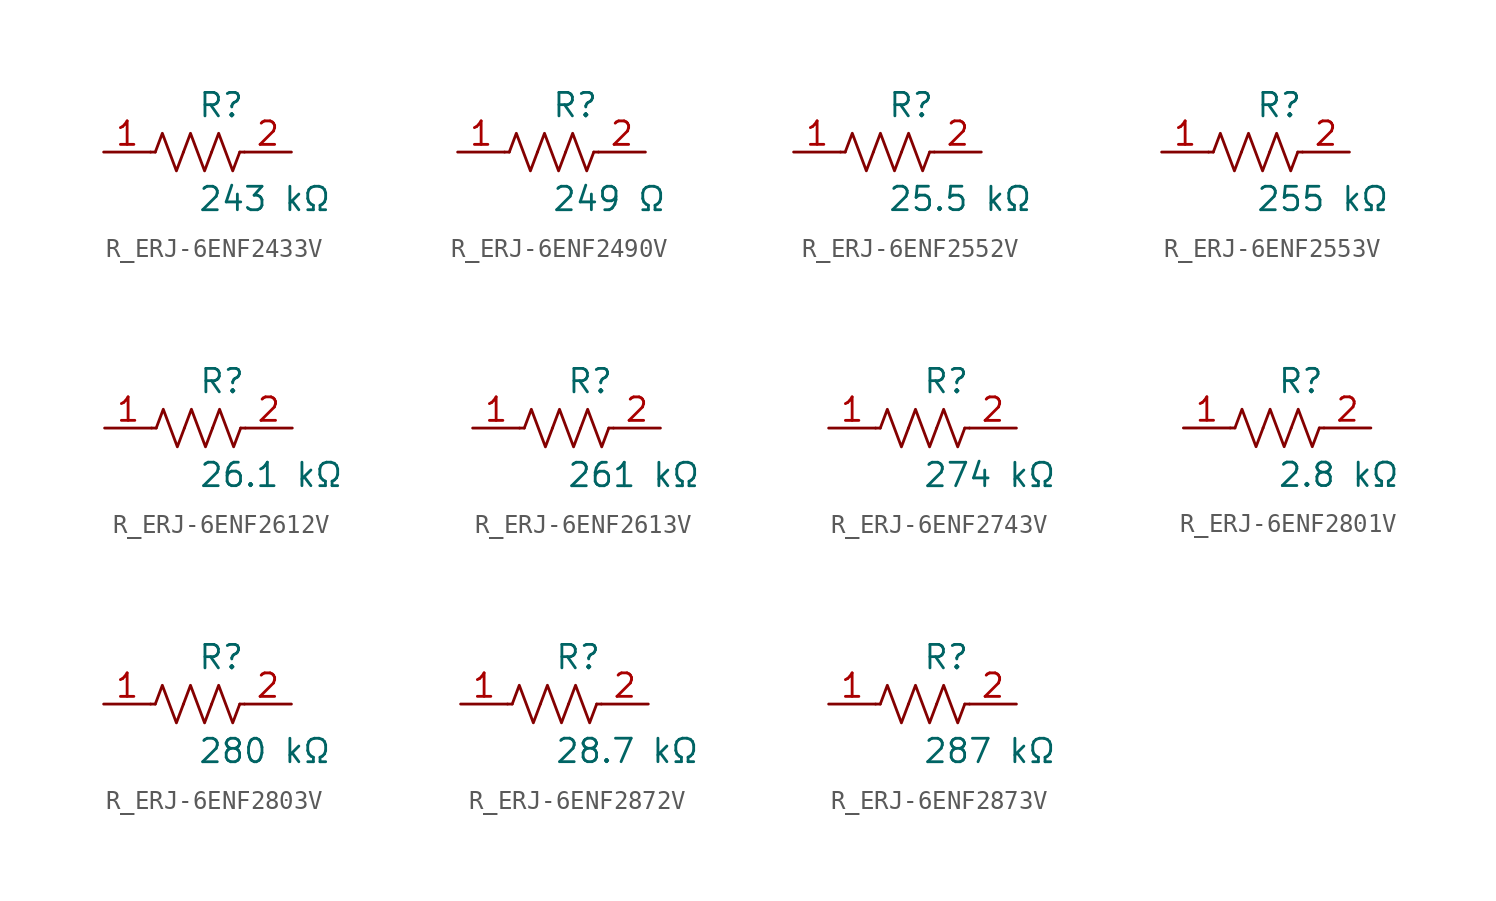
<source format=kicad_sym>
(kicad_symbol_lib
  (version 20231120)
  (generator kicad_symbol_editor)
  (generator_version 8.0)
  (symbol "R_ERJ-6ENF2433V"
    (pin_names
      (offset 0.254))
    (property "Reference" "R"
      (at 0.0 2.54 0)
      (effects (font (size 1.27 1.27)) (justify left)))
    (property "Value" "243 kΩ"
      (at 0.0 -2.54 0)
      (effects (font (size 1.27 1.27)) (justify left)))
    (symbol "R_ERJ-6ENF2433V_0_1"
      (polyline (pts (xy 2.286 0) (xy 2.54 0)) (stroke (width 0) (type default)) (fill (type none)))
      (polyline (pts (xy -2.286 0) (xy -2.54 0)) (stroke (width 0) (type default)) (fill (type none)))
      (polyline (pts (xy 0.762 0) (xy 1.143 1.016) (xy 1.524 0) (xy 1.905 -1.016) (xy 2.286 0)) (stroke (width 0) (type default)) (fill (type none)))
      (polyline (pts (xy -0.762 0) (xy -0.381 1.016) (xy 0 0) (xy 0.381 -1.016) (xy 0.762 0)) (stroke (width 0) (type default)) (fill (type none)))
      (polyline (pts (xy -2.286 0) (xy -1.905 1.016) (xy -1.524 0) (xy -1.143 -1.016) (xy -0.762 0)) (stroke (width 0) (type default)) (fill (type none))))
    (pin unspecified line
      (at -5.08 0 0)
      (length 2.54)
      (name "" (effects (font (size 1.27 1.27))))
      (number "1" (effects (font (size 1.27 1.27)))))
    (pin unspecified line
      (at 5.08 0 180)
      (length 2.54)
      (name "" (effects (font (size 1.27 1.27))))
      (number "2" (effects (font (size 1.27 1.27))))))
  (symbol "R_ERJ-6ENF2490V"
    (pin_names
      (offset 0.254))
    (property "Reference" "R"
      (at 0.0 2.54 0)
      (effects (font (size 1.27 1.27)) (justify left)))
    (property "Value" "249 Ω"
      (at 0.0 -2.54 0)
      (effects (font (size 1.27 1.27)) (justify left)))
    (symbol "R_ERJ-6ENF2490V_0_1"
      (polyline (pts (xy 2.286 0) (xy 2.54 0)) (stroke (width 0) (type default)) (fill (type none)))
      (polyline (pts (xy -2.286 0) (xy -2.54 0)) (stroke (width 0) (type default)) (fill (type none)))
      (polyline (pts (xy 0.762 0) (xy 1.143 1.016) (xy 1.524 0) (xy 1.905 -1.016) (xy 2.286 0)) (stroke (width 0) (type default)) (fill (type none)))
      (polyline (pts (xy -0.762 0) (xy -0.381 1.016) (xy 0 0) (xy 0.381 -1.016) (xy 0.762 0)) (stroke (width 0) (type default)) (fill (type none)))
      (polyline (pts (xy -2.286 0) (xy -1.905 1.016) (xy -1.524 0) (xy -1.143 -1.016) (xy -0.762 0)) (stroke (width 0) (type default)) (fill (type none))))
    (pin unspecified line
      (at -5.08 0 0)
      (length 2.54)
      (name "" (effects (font (size 1.27 1.27))))
      (number "1" (effects (font (size 1.27 1.27)))))
    (pin unspecified line
      (at 5.08 0 180)
      (length 2.54)
      (name "" (effects (font (size 1.27 1.27))))
      (number "2" (effects (font (size 1.27 1.27))))))
  (symbol "R_ERJ-6ENF2552V"
    (pin_names
      (offset 0.254))
    (property "Reference" "R"
      (at 0.0 2.54 0)
      (effects (font (size 1.27 1.27)) (justify left)))
    (property "Value" "25.5 kΩ"
      (at 0.0 -2.54 0)
      (effects (font (size 1.27 1.27)) (justify left)))
    (symbol "R_ERJ-6ENF2552V_0_1"
      (polyline (pts (xy 2.286 0) (xy 2.54 0)) (stroke (width 0) (type default)) (fill (type none)))
      (polyline (pts (xy -2.286 0) (xy -2.54 0)) (stroke (width 0) (type default)) (fill (type none)))
      (polyline (pts (xy 0.762 0) (xy 1.143 1.016) (xy 1.524 0) (xy 1.905 -1.016) (xy 2.286 0)) (stroke (width 0) (type default)) (fill (type none)))
      (polyline (pts (xy -0.762 0) (xy -0.381 1.016) (xy 0 0) (xy 0.381 -1.016) (xy 0.762 0)) (stroke (width 0) (type default)) (fill (type none)))
      (polyline (pts (xy -2.286 0) (xy -1.905 1.016) (xy -1.524 0) (xy -1.143 -1.016) (xy -0.762 0)) (stroke (width 0) (type default)) (fill (type none))))
    (pin unspecified line
      (at -5.08 0 0)
      (length 2.54)
      (name "" (effects (font (size 1.27 1.27))))
      (number "1" (effects (font (size 1.27 1.27)))))
    (pin unspecified line
      (at 5.08 0 180)
      (length 2.54)
      (name "" (effects (font (size 1.27 1.27))))
      (number "2" (effects (font (size 1.27 1.27))))))
  (symbol "R_ERJ-6ENF2553V"
    (pin_names
      (offset 0.254))
    (property "Reference" "R"
      (at 0.0 2.54 0)
      (effects (font (size 1.27 1.27)) (justify left)))
    (property "Value" "255 kΩ"
      (at 0.0 -2.54 0)
      (effects (font (size 1.27 1.27)) (justify left)))
    (symbol "R_ERJ-6ENF2553V_0_1"
      (polyline (pts (xy 2.286 0) (xy 2.54 0)) (stroke (width 0) (type default)) (fill (type none)))
      (polyline (pts (xy -2.286 0) (xy -2.54 0)) (stroke (width 0) (type default)) (fill (type none)))
      (polyline (pts (xy 0.762 0) (xy 1.143 1.016) (xy 1.524 0) (xy 1.905 -1.016) (xy 2.286 0)) (stroke (width 0) (type default)) (fill (type none)))
      (polyline (pts (xy -0.762 0) (xy -0.381 1.016) (xy 0 0) (xy 0.381 -1.016) (xy 0.762 0)) (stroke (width 0) (type default)) (fill (type none)))
      (polyline (pts (xy -2.286 0) (xy -1.905 1.016) (xy -1.524 0) (xy -1.143 -1.016) (xy -0.762 0)) (stroke (width 0) (type default)) (fill (type none))))
    (pin unspecified line
      (at -5.08 0 0)
      (length 2.54)
      (name "" (effects (font (size 1.27 1.27))))
      (number "1" (effects (font (size 1.27 1.27)))))
    (pin unspecified line
      (at 5.08 0 180)
      (length 2.54)
      (name "" (effects (font (size 1.27 1.27))))
      (number "2" (effects (font (size 1.27 1.27))))))
  (symbol "R_ERJ-6ENF2612V"
    (pin_names
      (offset 0.254))
    (property "Reference" "R"
      (at 0.0 2.54 0)
      (effects (font (size 1.27 1.27)) (justify left)))
    (property "Value" "26.1 kΩ"
      (at 0.0 -2.54 0)
      (effects (font (size 1.27 1.27)) (justify left)))
    (symbol "R_ERJ-6ENF2612V_0_1"
      (polyline (pts (xy 2.286 0) (xy 2.54 0)) (stroke (width 0) (type default)) (fill (type none)))
      (polyline (pts (xy -2.286 0) (xy -2.54 0)) (stroke (width 0) (type default)) (fill (type none)))
      (polyline (pts (xy 0.762 0) (xy 1.143 1.016) (xy 1.524 0) (xy 1.905 -1.016) (xy 2.286 0)) (stroke (width 0) (type default)) (fill (type none)))
      (polyline (pts (xy -0.762 0) (xy -0.381 1.016) (xy 0 0) (xy 0.381 -1.016) (xy 0.762 0)) (stroke (width 0) (type default)) (fill (type none)))
      (polyline (pts (xy -2.286 0) (xy -1.905 1.016) (xy -1.524 0) (xy -1.143 -1.016) (xy -0.762 0)) (stroke (width 0) (type default)) (fill (type none))))
    (pin unspecified line
      (at -5.08 0 0)
      (length 2.54)
      (name "" (effects (font (size 1.27 1.27))))
      (number "1" (effects (font (size 1.27 1.27)))))
    (pin unspecified line
      (at 5.08 0 180)
      (length 2.54)
      (name "" (effects (font (size 1.27 1.27))))
      (number "2" (effects (font (size 1.27 1.27))))))
  (symbol "R_ERJ-6ENF2613V"
    (pin_names
      (offset 0.254))
    (property "Reference" "R"
      (at 0.0 2.54 0)
      (effects (font (size 1.27 1.27)) (justify left)))
    (property "Value" "261 kΩ"
      (at 0.0 -2.54 0)
      (effects (font (size 1.27 1.27)) (justify left)))
    (symbol "R_ERJ-6ENF2613V_0_1"
      (polyline (pts (xy 2.286 0) (xy 2.54 0)) (stroke (width 0) (type default)) (fill (type none)))
      (polyline (pts (xy -2.286 0) (xy -2.54 0)) (stroke (width 0) (type default)) (fill (type none)))
      (polyline (pts (xy 0.762 0) (xy 1.143 1.016) (xy 1.524 0) (xy 1.905 -1.016) (xy 2.286 0)) (stroke (width 0) (type default)) (fill (type none)))
      (polyline (pts (xy -0.762 0) (xy -0.381 1.016) (xy 0 0) (xy 0.381 -1.016) (xy 0.762 0)) (stroke (width 0) (type default)) (fill (type none)))
      (polyline (pts (xy -2.286 0) (xy -1.905 1.016) (xy -1.524 0) (xy -1.143 -1.016) (xy -0.762 0)) (stroke (width 0) (type default)) (fill (type none))))
    (pin unspecified line
      (at -5.08 0 0)
      (length 2.54)
      (name "" (effects (font (size 1.27 1.27))))
      (number "1" (effects (font (size 1.27 1.27)))))
    (pin unspecified line
      (at 5.08 0 180)
      (length 2.54)
      (name "" (effects (font (size 1.27 1.27))))
      (number "2" (effects (font (size 1.27 1.27))))))
  (symbol "R_ERJ-6ENF2743V"
    (pin_names
      (offset 0.254))
    (property "Reference" "R"
      (at 0.0 2.54 0)
      (effects (font (size 1.27 1.27)) (justify left)))
    (property "Value" "274 kΩ"
      (at 0.0 -2.54 0)
      (effects (font (size 1.27 1.27)) (justify left)))
    (symbol "R_ERJ-6ENF2743V_0_1"
      (polyline (pts (xy 2.286 0) (xy 2.54 0)) (stroke (width 0) (type default)) (fill (type none)))
      (polyline (pts (xy -2.286 0) (xy -2.54 0)) (stroke (width 0) (type default)) (fill (type none)))
      (polyline (pts (xy 0.762 0) (xy 1.143 1.016) (xy 1.524 0) (xy 1.905 -1.016) (xy 2.286 0)) (stroke (width 0) (type default)) (fill (type none)))
      (polyline (pts (xy -0.762 0) (xy -0.381 1.016) (xy 0 0) (xy 0.381 -1.016) (xy 0.762 0)) (stroke (width 0) (type default)) (fill (type none)))
      (polyline (pts (xy -2.286 0) (xy -1.905 1.016) (xy -1.524 0) (xy -1.143 -1.016) (xy -0.762 0)) (stroke (width 0) (type default)) (fill (type none))))
    (pin unspecified line
      (at -5.08 0 0)
      (length 2.54)
      (name "" (effects (font (size 1.27 1.27))))
      (number "1" (effects (font (size 1.27 1.27)))))
    (pin unspecified line
      (at 5.08 0 180)
      (length 2.54)
      (name "" (effects (font (size 1.27 1.27))))
      (number "2" (effects (font (size 1.27 1.27))))))
  (symbol "R_ERJ-6ENF2801V"
    (pin_names
      (offset 0.254))
    (property "Reference" "R"
      (at 0.0 2.54 0)
      (effects (font (size 1.27 1.27)) (justify left)))
    (property "Value" "2.8 kΩ"
      (at 0.0 -2.54 0)
      (effects (font (size 1.27 1.27)) (justify left)))
    (symbol "R_ERJ-6ENF2801V_0_1"
      (polyline (pts (xy 2.286 0) (xy 2.54 0)) (stroke (width 0) (type default)) (fill (type none)))
      (polyline (pts (xy -2.286 0) (xy -2.54 0)) (stroke (width 0) (type default)) (fill (type none)))
      (polyline (pts (xy 0.762 0) (xy 1.143 1.016) (xy 1.524 0) (xy 1.905 -1.016) (xy 2.286 0)) (stroke (width 0) (type default)) (fill (type none)))
      (polyline (pts (xy -0.762 0) (xy -0.381 1.016) (xy 0 0) (xy 0.381 -1.016) (xy 0.762 0)) (stroke (width 0) (type default)) (fill (type none)))
      (polyline (pts (xy -2.286 0) (xy -1.905 1.016) (xy -1.524 0) (xy -1.143 -1.016) (xy -0.762 0)) (stroke (width 0) (type default)) (fill (type none))))
    (pin unspecified line
      (at -5.08 0 0)
      (length 2.54)
      (name "" (effects (font (size 1.27 1.27))))
      (number "1" (effects (font (size 1.27 1.27)))))
    (pin unspecified line
      (at 5.08 0 180)
      (length 2.54)
      (name "" (effects (font (size 1.27 1.27))))
      (number "2" (effects (font (size 1.27 1.27))))))
  (symbol "R_ERJ-6ENF2803V"
    (pin_names
      (offset 0.254))
    (property "Reference" "R"
      (at 0.0 2.54 0)
      (effects (font (size 1.27 1.27)) (justify left)))
    (property "Value" "280 kΩ"
      (at 0.0 -2.54 0)
      (effects (font (size 1.27 1.27)) (justify left)))
    (symbol "R_ERJ-6ENF2803V_0_1"
      (polyline (pts (xy 2.286 0) (xy 2.54 0)) (stroke (width 0) (type default)) (fill (type none)))
      (polyline (pts (xy -2.286 0) (xy -2.54 0)) (stroke (width 0) (type default)) (fill (type none)))
      (polyline (pts (xy 0.762 0) (xy 1.143 1.016) (xy 1.524 0) (xy 1.905 -1.016) (xy 2.286 0)) (stroke (width 0) (type default)) (fill (type none)))
      (polyline (pts (xy -0.762 0) (xy -0.381 1.016) (xy 0 0) (xy 0.381 -1.016) (xy 0.762 0)) (stroke (width 0) (type default)) (fill (type none)))
      (polyline (pts (xy -2.286 0) (xy -1.905 1.016) (xy -1.524 0) (xy -1.143 -1.016) (xy -0.762 0)) (stroke (width 0) (type default)) (fill (type none))))
    (pin unspecified line
      (at -5.08 0 0)
      (length 2.54)
      (name "" (effects (font (size 1.27 1.27))))
      (number "1" (effects (font (size 1.27 1.27)))))
    (pin unspecified line
      (at 5.08 0 180)
      (length 2.54)
      (name "" (effects (font (size 1.27 1.27))))
      (number "2" (effects (font (size 1.27 1.27))))))
  (symbol "R_ERJ-6ENF2872V"
    (pin_names
      (offset 0.254))
    (property "Reference" "R"
      (at 0.0 2.54 0)
      (effects (font (size 1.27 1.27)) (justify left)))
    (property "Value" "28.7 kΩ"
      (at 0.0 -2.54 0)
      (effects (font (size 1.27 1.27)) (justify left)))
    (symbol "R_ERJ-6ENF2872V_0_1"
      (polyline (pts (xy 2.286 0) (xy 2.54 0)) (stroke (width 0) (type default)) (fill (type none)))
      (polyline (pts (xy -2.286 0) (xy -2.54 0)) (stroke (width 0) (type default)) (fill (type none)))
      (polyline (pts (xy 0.762 0) (xy 1.143 1.016) (xy 1.524 0) (xy 1.905 -1.016) (xy 2.286 0)) (stroke (width 0) (type default)) (fill (type none)))
      (polyline (pts (xy -0.762 0) (xy -0.381 1.016) (xy 0 0) (xy 0.381 -1.016) (xy 0.762 0)) (stroke (width 0) (type default)) (fill (type none)))
      (polyline (pts (xy -2.286 0) (xy -1.905 1.016) (xy -1.524 0) (xy -1.143 -1.016) (xy -0.762 0)) (stroke (width 0) (type default)) (fill (type none))))
    (pin unspecified line
      (at -5.08 0 0)
      (length 2.54)
      (name "" (effects (font (size 1.27 1.27))))
      (number "1" (effects (font (size 1.27 1.27)))))
    (pin unspecified line
      (at 5.08 0 180)
      (length 2.54)
      (name "" (effects (font (size 1.27 1.27))))
      (number "2" (effects (font (size 1.27 1.27))))))
  (symbol "R_ERJ-6ENF2873V"
    (pin_names
      (offset 0.254))
    (property "Reference" "R"
      (at 0.0 2.54 0)
      (effects (font (size 1.27 1.27)) (justify left)))
    (property "Value" "287 kΩ"
      (at 0.0 -2.54 0)
      (effects (font (size 1.27 1.27)) (justify left)))
    (symbol "R_ERJ-6ENF2873V_0_1"
      (polyline (pts (xy 2.286 0) (xy 2.54 0)) (stroke (width 0) (type default)) (fill (type none)))
      (polyline (pts (xy -2.286 0) (xy -2.54 0)) (stroke (width 0) (type default)) (fill (type none)))
      (polyline (pts (xy 0.762 0) (xy 1.143 1.016) (xy 1.524 0) (xy 1.905 -1.016) (xy 2.286 0)) (stroke (width 0) (type default)) (fill (type none)))
      (polyline (pts (xy -0.762 0) (xy -0.381 1.016) (xy 0 0) (xy 0.381 -1.016) (xy 0.762 0)) (stroke (width 0) (type default)) (fill (type none)))
      (polyline (pts (xy -2.286 0) (xy -1.905 1.016) (xy -1.524 0) (xy -1.143 -1.016) (xy -0.762 0)) (stroke (width 0) (type default)) (fill (type none))))
    (pin unspecified line
      (at -5.08 0 0)
      (length 2.54)
      (name "" (effects (font (size 1.27 1.27))))
      (number "1" (effects (font (size 1.27 1.27)))))
    (pin unspecified line
      (at 5.08 0 180)
      (length 2.54)
      (name "" (effects (font (size 1.27 1.27))))
      (number "2" (effects (font (size 1.27 1.27)))))))
</source>
